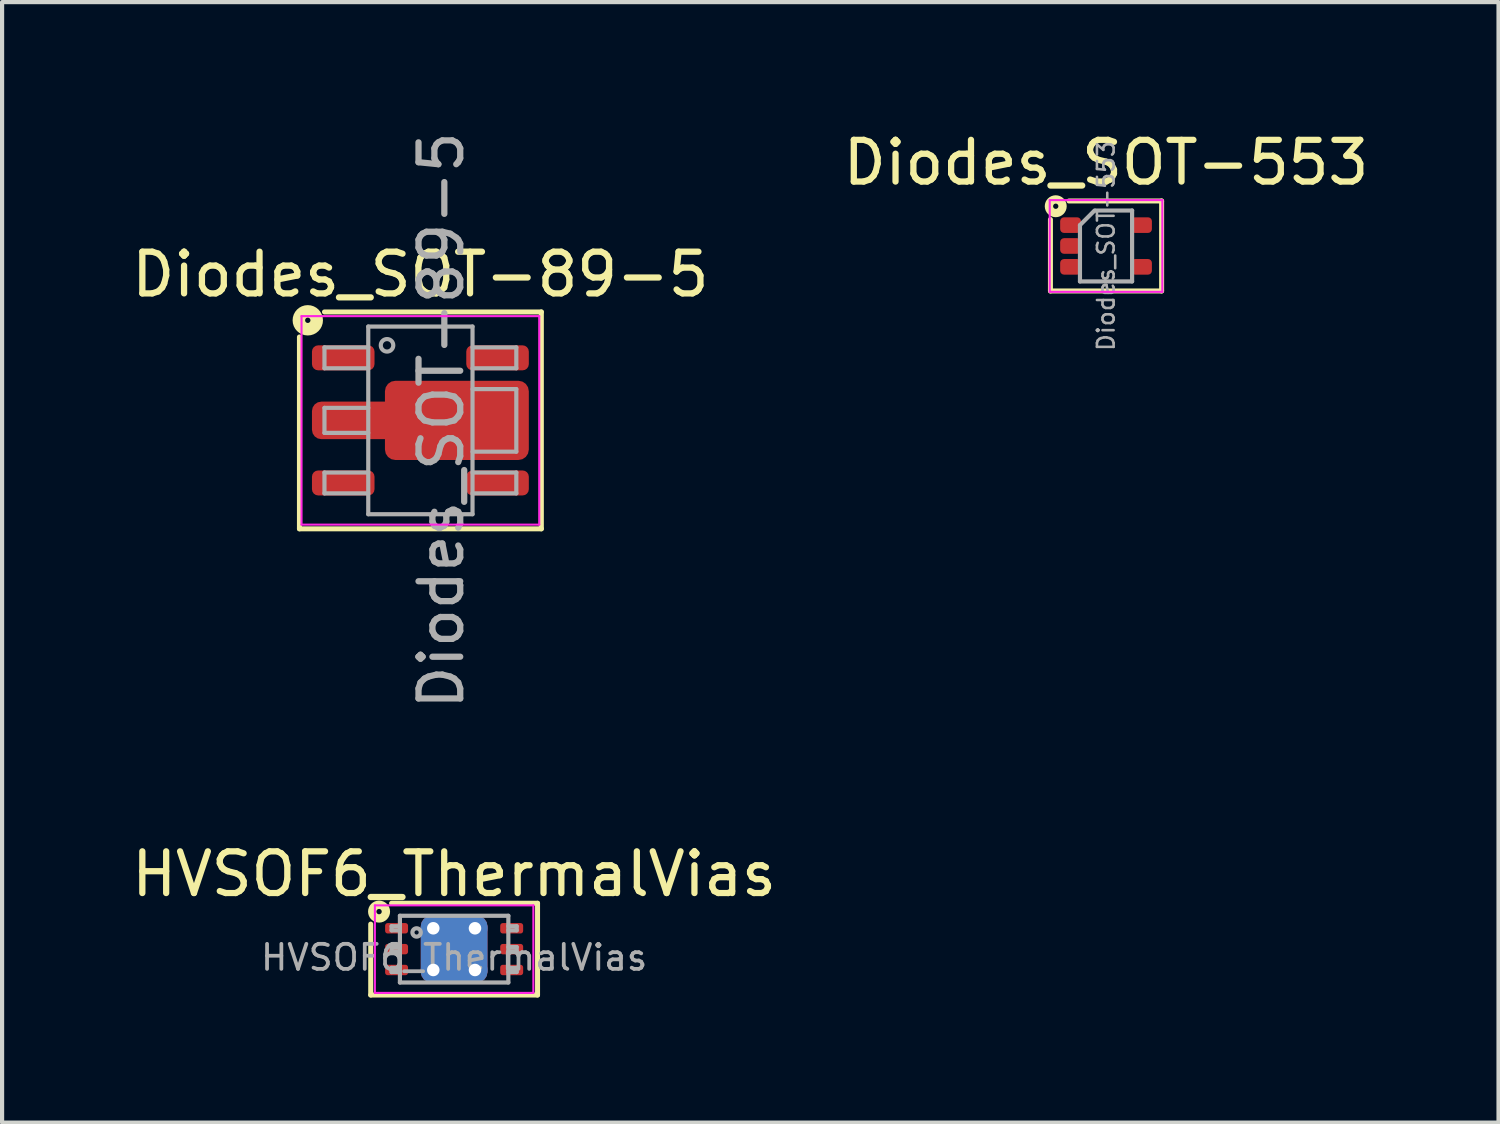
<source format=kicad_pcb>
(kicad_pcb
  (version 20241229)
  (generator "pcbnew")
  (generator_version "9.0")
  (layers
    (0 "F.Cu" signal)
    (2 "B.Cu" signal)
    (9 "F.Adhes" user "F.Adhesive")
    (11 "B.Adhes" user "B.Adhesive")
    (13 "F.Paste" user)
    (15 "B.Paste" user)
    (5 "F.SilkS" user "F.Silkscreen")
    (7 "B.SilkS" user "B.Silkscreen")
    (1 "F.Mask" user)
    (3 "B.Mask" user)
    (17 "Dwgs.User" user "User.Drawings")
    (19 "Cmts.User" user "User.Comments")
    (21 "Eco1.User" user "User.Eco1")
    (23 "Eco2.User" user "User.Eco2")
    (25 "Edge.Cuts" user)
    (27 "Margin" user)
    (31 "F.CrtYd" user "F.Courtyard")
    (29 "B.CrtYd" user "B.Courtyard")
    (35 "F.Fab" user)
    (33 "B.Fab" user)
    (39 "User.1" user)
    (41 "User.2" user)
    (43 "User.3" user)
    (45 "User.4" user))
  (footprint "Diodes_SOT-89-5"
    (layer "F.Cu")
    (at 7.03 7.03)
    (property "Reference" "Diodes_SOT-89-5" (at 0 -3.5 0) (layer "F.SilkS") (effects (font (size 1 1) (thickness 0.15))))
    (attr smd)
    (fp_line (start -2.9 -2) (end -2.9 2.6) (stroke (width 0.12) (type solid)) (layer "F.SilkS"))
    (fp_line (start -2.9 2.6) (end 2.9 2.6) (stroke (width 0.12) (type solid)) (layer "F.SilkS"))
    (fp_line (start 2.9 -2.6) (end -2.3 -2.6) (stroke (width 0.12) (type solid)) (layer "F.SilkS"))
    (fp_line (start 2.9 2.6) (end 2.9 -2.6) (stroke (width 0.12) (type solid)) (layer "F.SilkS"))
    (fp_circle (center -2.7 -2.4) (end -2.636 -2.4) (stroke (width 0.3) (type solid)) (fill no) (layer "F.SilkS"))
    (fp_line (start -2.85 2.5) (end -2.85 -2.5) (stroke (width 0.05) (type solid)) (layer "F.CrtYd"))
    (fp_line (start -2.85 2.5) (end 2.85 2.5) (stroke (width 0.05) (type solid)) (layer "F.CrtYd"))
    (fp_line (start 2.85 -2.5) (end -2.85 -2.5) (stroke (width 0.05) (type solid)) (layer "F.CrtYd"))
    (fp_line (start 2.85 -2.5) (end 2.85 2.5) (stroke (width 0.05) (type solid)) (layer "F.CrtYd"))
    (fp_line (start -2.3 -1.75) (end -2.3 -1.25) (stroke (width 0.1) (type solid)) (layer "F.Fab"))
    (fp_line (start -2.3 -1.25) (end -1.25 -1.25) (stroke (width 0.1) (type solid)) (layer "F.Fab"))
    (fp_line (start -2.3 -0.3) (end -2.3 0.3) (stroke (width 0.1) (type solid)) (layer "F.Fab"))
    (fp_line (start -2.3 0.3) (end -1.25 0.3) (stroke (width 0.1) (type solid)) (layer "F.Fab"))
    (fp_line (start -2.3 1.25) (end -2.3 1.75) (stroke (width 0.1) (type solid)) (layer "F.Fab"))
    (fp_line (start -2.3 1.75) (end -1.25 1.75) (stroke (width 0.1) (type solid)) (layer "F.Fab"))
    (fp_line (start -1.25 -2.25) (end 1.25 -2.25) (stroke (width 0.1) (type solid)) (layer "F.Fab"))
    (fp_line (start -1.25 -1.75) (end -2.3 -1.75) (stroke (width 0.1) (type solid)) (layer "F.Fab"))
    (fp_line (start -1.25 -0.3) (end -2.3 -0.3) (stroke (width 0.1) (type solid)) (layer "F.Fab"))
    (fp_line (start -1.25 1.25) (end -2.3 1.25) (stroke (width 0.1) (type solid)) (layer "F.Fab"))
    (fp_line (start -1.25 2.25) (end -1.25 -2.25) (stroke (width 0.1) (type solid)) (layer "F.Fab"))
    (fp_line (start 1.25 -2.25) (end 1.25 2.25) (stroke (width 0.1) (type solid)) (layer "F.Fab"))
    (fp_line (start 1.25 -1.25) (end 2.3 -1.25) (stroke (width 0.1) (type solid)) (layer "F.Fab"))
    (fp_line (start 1.25 0.75) (end 2.3 0.75) (stroke (width 0.1) (type solid)) (layer "F.Fab"))
    (fp_line (start 1.25 1.75) (end 2.3 1.75) (stroke (width 0.1) (type solid)) (layer "F.Fab"))
    (fp_line (start 1.25 2.25) (end -1.25 2.25) (stroke (width 0.1) (type solid)) (layer "F.Fab"))
    (fp_line (start 2.3 -1.75) (end 1.25 -1.75) (stroke (width 0.1) (type solid)) (layer "F.Fab"))
    (fp_line (start 2.3 -1.25) (end 2.3 -1.75) (stroke (width 0.1) (type solid)) (layer "F.Fab"))
    (fp_line (start 2.3 -0.75) (end 1.25 -0.75) (stroke (width 0.1) (type solid)) (layer "F.Fab"))
    (fp_line (start 2.3 0.75) (end 2.3 -0.75) (stroke (width 0.1) (type solid)) (layer "F.Fab"))
    (fp_line (start 2.3 1.25) (end 1.25 1.25) (stroke (width 0.1) (type solid)) (layer "F.Fab"))
    (fp_line (start 2.3 1.75) (end 2.3 1.25) (stroke (width 0.1) (type solid)) (layer "F.Fab"))
    (fp_circle (center -0.8 -1.8) (end -0.65 -1.8) (stroke (width 0.1) (type solid)) (fill no) (layer "F.Fab"))
    (fp_text user "${REFERENCE}" (at 0.5 0 90) (layer "F.Fab") (effects (font (size 1 1) (thickness 0.15))))
    (pad "1" smd roundrect (at -1.85 -1.5) (size 1.5 0.6) (layers "F.Cu" "F.Mask" "F.Paste") (roundrect_rratio 0.25))
    (pad "2" smd roundrect (at -1.35 0) (size 2.5 0.9) (layers "F.Cu" "F.Mask" "F.Paste") (roundrect_rratio 0.25))
    (pad "2" smd roundrect (at 0.875 0) (size 3.45 1.9) (layers "F.Cu" "F.Mask" "F.Paste") (roundrect_rratio 0.132))
    (pad "3" smd roundrect (at -1.85 1.5) (size 1.5 0.6) (layers "F.Cu" "F.Mask" "F.Paste") (roundrect_rratio 0.25))
    (pad "4" smd roundrect (at 1.85 1.5) (size 1.5 0.6) (layers "F.Cu" "F.Mask" "F.Paste") (roundrect_rratio 0.25))
    (pad "5" smd roundrect (at 1.85 -1.5) (size 1.5 0.6) (layers "F.Cu" "F.Mask" "F.Paste") (roundrect_rratio 0.25)))
  (footprint "HVSOF6_ThermalVias"
    (layer "F.Cu")
    (at 7.839 19.708)
    (property "Reference" "HVSOF6_ThermalVias" (at 0 -1.8 0) (layer "F.SilkS") (effects (font (size 1 1) (thickness 0.15))))
    (attr smd)
    (fp_line (start -2 -0.6) (end -2 1.1) (stroke (width 0.12) (type solid)) (layer "F.SilkS"))
    (fp_line (start -2 1.1) (end 2 1.1) (stroke (width 0.12) (type solid)) (layer "F.SilkS"))
    (fp_line (start 2 -1.1) (end -1.5 -1.1) (stroke (width 0.12) (type solid)) (layer "F.SilkS"))
    (fp_line (start 2 1.1) (end 2 -1.1) (stroke (width 0.12) (type solid)) (layer "F.SilkS"))
    (fp_circle (center -1.8 -0.9) (end -1.736 -0.9) (stroke (width 0.2) (type solid)) (fill no) (layer "F.SilkS"))
    (fp_line (start -1.9 -1.05) (end -1.9 1.05) (stroke (width 0.05) (type solid)) (layer "F.CrtYd"))
    (fp_line (start -1.9 -1.05) (end 1.9 -1.05) (stroke (width 0.05) (type solid)) (layer "F.CrtYd"))
    (fp_line (start 1.9 1.05) (end -1.9 1.05) (stroke (width 0.05) (type solid)) (layer "F.CrtYd"))
    (fp_line (start 1.9 1.05) (end 1.9 -1.05) (stroke (width 0.05) (type solid)) (layer "F.CrtYd"))
    (fp_line (start -1.5 -0.55) (end -1.5 -0.45) (stroke (width 0.1) (type solid)) (layer "F.Fab"))
    (fp_line (start -1.5 -0.55) (end -1.3 -0.55) (stroke (width 0.1) (type solid)) (layer "F.Fab"))
    (fp_line (start -1.5 -0.45) (end -1.3 -0.45) (stroke (width 0.1) (type solid)) (layer "F.Fab"))
    (fp_line (start -1.5 -0.05) (end -1.5 0.05) (stroke (width 0.1) (type solid)) (layer "F.Fab"))
    (fp_line (start -1.5 -0.05) (end -1.3 -0.05) (stroke (width 0.1) (type solid)) (layer "F.Fab"))
    (fp_line (start -1.5 0.05) (end -1.3 0.05) (stroke (width 0.1) (type solid)) (layer "F.Fab"))
    (fp_line (start -1.5 0.45) (end -1.5 0.55) (stroke (width 0.1) (type solid)) (layer "F.Fab"))
    (fp_line (start -1.5 0.45) (end -1.3 0.45) (stroke (width 0.1) (type solid)) (layer "F.Fab"))
    (fp_line (start -1.5 0.55) (end -1.3 0.55) (stroke (width 0.1) (type solid)) (layer "F.Fab"))
    (fp_line (start -1.3 -0.8) (end -1.3 0.8) (stroke (width 0.1) (type solid)) (layer "F.Fab"))
    (fp_line (start -1.3 -0.8) (end 1.3 -0.8) (stroke (width 0.1) (type solid)) (layer "F.Fab"))
    (fp_line (start 1.3 -0.8) (end 1.3 0.8) (stroke (width 0.1) (type solid)) (layer "F.Fab"))
    (fp_line (start 1.3 0.8) (end -1.3 0.8) (stroke (width 0.1) (type solid)) (layer "F.Fab"))
    (fp_line (start 1.5 -0.55) (end 1.3 -0.55) (stroke (width 0.1) (type solid)) (layer "F.Fab"))
    (fp_line (start 1.5 -0.45) (end 1.3 -0.45) (stroke (width 0.1) (type solid)) (layer "F.Fab"))
    (fp_line (start 1.5 -0.45) (end 1.5 -0.55) (stroke (width 0.1) (type solid)) (layer "F.Fab"))
    (fp_line (start 1.5 -0.05) (end 1.3 -0.05) (stroke (width 0.1) (type solid)) (layer "F.Fab"))
    (fp_line (start 1.5 0.05) (end 1.3 0.05) (stroke (width 0.1) (type solid)) (layer "F.Fab"))
    (fp_line (start 1.5 0.05) (end 1.5 -0.05) (stroke (width 0.1) (type solid)) (layer "F.Fab"))
    (fp_line (start 1.5 0.45) (end 1.3 0.45) (stroke (width 0.1) (type solid)) (layer "F.Fab"))
    (fp_line (start 1.5 0.55) (end 1.3 0.55) (stroke (width 0.1) (type solid)) (layer "F.Fab"))
    (fp_line (start 1.5 0.55) (end 1.5 0.45) (stroke (width 0.1) (type solid)) (layer "F.Fab"))
    (fp_circle (center -0.9 -0.4) (end -0.8 -0.4) (stroke (width 0.1) (type solid)) (fill no) (layer "F.Fab"))
    (fp_text user "${REFERENCE}" (at 0 0.2 0) (layer "F.Fab") (effects (font (size 0.6 0.6) (thickness 0.09))))
    (pad "" smd roundrect (at -0.4 0) (size 0.6 0.5) (layers "F.Paste") (roundrect_rratio 0.25))
    (pad "" smd roundrect (at 0 -0.6) (size 0.7 0.3) (layers "F.Paste") (roundrect_rratio 0.25))
    (pad "" smd roundrect (at 0 0.6) (size 0.7 0.3) (layers "F.Paste") (roundrect_rratio 0.25))
    (pad "" smd roundrect (at 0.4 0) (size 0.6 0.5) (layers "F.Paste") (roundrect_rratio 0.25))
    (pad "1" smd roundrect (at -1.38 -0.5 270) (size 0.25 0.55) (layers "F.Cu" "F.Mask" "F.Paste") (roundrect_rratio 0.25))
    (pad "2" smd roundrect (at -1.38 0 270) (size 0.25 0.55) (layers "F.Cu" "F.Mask" "F.Paste") (roundrect_rratio 0.25))
    (pad "3" smd roundrect (at -1.38 0.5 270) (size 0.25 0.55) (layers "F.Cu" "F.Mask" "F.Paste") (roundrect_rratio 0.25))
    (pad "4" smd roundrect (at 1.38 0.5 270) (size 0.25 0.55) (layers "F.Cu" "F.Mask" "F.Paste") (roundrect_rratio 0.25))
    (pad "5" smd roundrect (at 1.38 0 270) (size 0.25 0.55) (layers "F.Cu" "F.Mask" "F.Paste") (roundrect_rratio 0.25))
    (pad "6" smd roundrect (at 1.38 -0.5 270) (size 0.25 0.55) (layers "F.Cu" "F.Mask" "F.Paste") (roundrect_rratio 0.25))
    (pad "7" thru_hole circle (at -0.5 -0.5) (size 0.6 0.6) (drill 0.3) (property pad_prop_heatsink) (layers "*.Cu"))
    (pad "7" thru_hole circle (at -0.5 0.5) (size 0.6 0.6) (drill 0.3) (property pad_prop_heatsink) (layers "*.Cu"))
    (pad "7" smd roundrect (at 0 0) (size 1.6 1.6) (layers "F.Cu" "F.Mask") (roundrect_rratio 0.156))
    (pad "7" smd roundrect (at 0 0) (size 1.6 1.6) (layers "B.Cu" "B.Mask") (roundrect_rratio 0.156))
    (pad "7" thru_hole circle (at 0.5 -0.5) (size 0.6 0.6) (drill 0.3) (property pad_prop_heatsink) (layers "*.Cu"))
    (pad "7" thru_hole circle (at 0.5 0.5) (size 0.6 0.6) (drill 0.3) (property pad_prop_heatsink) (layers "*.Cu")))
  (footprint "Diodes_SOT-553"
    (layer "F.Cu")
    (at 23.47 2.848)
    (property "Reference" "Diodes_SOT-553" (at 0 -2 0) (layer "F.SilkS") (effects (font (size 1 1) (thickness 0.15))))
    (attr smd)
    (fp_line (start -1.333 -0.635) (end -1.333 1.079) (stroke (width 0.12) (type solid)) (layer "F.SilkS"))
    (fp_line (start -1.333 1.079) (end 1.333 1.079) (stroke (width 0.12) (type solid)) (layer "F.SilkS"))
    (fp_line (start 1.333 -1.079) (end -0.889 -1.079) (stroke (width 0.12) (type solid)) (layer "F.SilkS"))
    (fp_line (start 1.333 1.079) (end 1.333 -1.079) (stroke (width 0.12) (type solid)) (layer "F.SilkS"))
    (fp_circle (center -1.206 -0.953) (end -1.143 -0.953) (stroke (width 0.2) (type solid)) (fill no) (layer "F.SilkS"))
    (fp_line (start -1.35 -1.1) (end -1.35 1.1) (stroke (width 0.05) (type solid)) (layer "F.CrtYd"))
    (fp_line (start -1.35 -1.1) (end 1.35 -1.1) (stroke (width 0.05) (type solid)) (layer "F.CrtYd"))
    (fp_line (start 1.35 1.1) (end -1.35 1.1) (stroke (width 0.05) (type solid)) (layer "F.CrtYd"))
    (fp_line (start 1.35 1.1) (end 1.35 -1.1) (stroke (width 0.05) (type solid)) (layer "F.CrtYd"))
    (fp_line (start -0.625 -0.5) (end -0.625 0.85) (stroke (width 0.1) (type solid)) (layer "F.Fab"))
    (fp_line (start -0.625 -0.5) (end -0.275 -0.85) (stroke (width 0.1) (type solid)) (layer "F.Fab"))
    (fp_line (start -0.625 0.85) (end 0.625 0.85) (stroke (width 0.1) (type solid)) (layer "F.Fab"))
    (fp_line (start 0.625 -0.85) (end -0.25 -0.85) (stroke (width 0.1) (type solid)) (layer "F.Fab"))
    (fp_line (start 0.625 0.85) (end 0.625 -0.85) (stroke (width 0.1) (type solid)) (layer "F.Fab"))
    (fp_text user "${REFERENCE}" (at 0 0 90) (layer "F.Fab") (effects (font (size 0.4 0.4) (thickness 0.062))))
    (pad "1" smd roundrect (at -0.85 -0.5) (size 0.5 0.375) (layers "F.Cu" "F.Mask" "F.Paste") (roundrect_rratio 0.25))
    (pad "2" smd roundrect (at -0.85 0) (size 0.5 0.375) (layers "F.Cu" "F.Mask" "F.Paste") (roundrect_rratio 0.25))
    (pad "3" smd roundrect (at -0.85 0.5) (size 0.5 0.375) (layers "F.Cu" "F.Mask" "F.Paste") (roundrect_rratio 0.25))
    (pad "4" smd roundrect (at 0.85 0.5) (size 0.5 0.375) (layers "F.Cu" "F.Mask" "F.Paste") (roundrect_rratio 0.25))
    (pad "5" smd roundrect (at 0.85 -0.5) (size 0.5 0.375) (layers "F.Cu" "F.Mask" "F.Paste") (roundrect_rratio 0.25)))
  (gr_rect
    (start -3 -3)
    (end 32.881 23.868)
    (stroke (width 0.1) (type default))
    (fill no)
    (layer "Edge.Cuts")))
</source>
